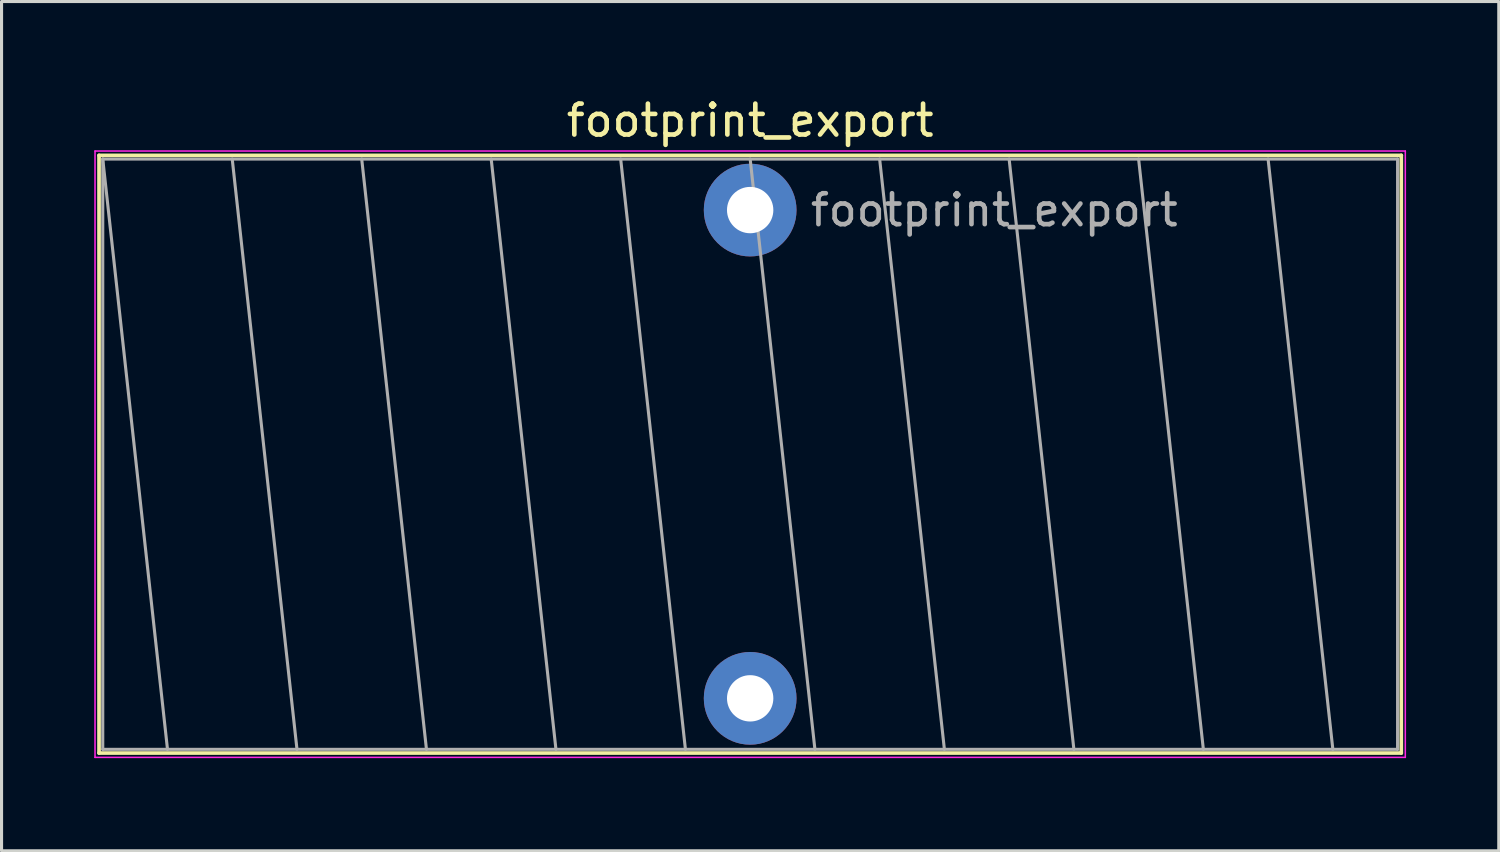
<source format=kicad_pcb>
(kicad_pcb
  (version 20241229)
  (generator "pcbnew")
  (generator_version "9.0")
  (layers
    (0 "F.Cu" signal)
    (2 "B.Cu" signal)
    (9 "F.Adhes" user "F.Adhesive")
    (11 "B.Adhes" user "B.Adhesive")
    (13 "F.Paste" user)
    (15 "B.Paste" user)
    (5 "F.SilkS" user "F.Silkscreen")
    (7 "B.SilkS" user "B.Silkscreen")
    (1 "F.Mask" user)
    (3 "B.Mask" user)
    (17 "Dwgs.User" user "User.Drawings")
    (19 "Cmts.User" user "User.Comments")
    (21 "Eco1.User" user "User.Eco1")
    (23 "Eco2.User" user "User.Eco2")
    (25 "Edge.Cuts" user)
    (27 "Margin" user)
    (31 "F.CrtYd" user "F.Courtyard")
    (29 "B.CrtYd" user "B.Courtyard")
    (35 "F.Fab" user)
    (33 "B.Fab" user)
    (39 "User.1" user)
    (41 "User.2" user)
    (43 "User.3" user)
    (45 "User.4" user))
  (footprint "footprint_export"
    (layer "F.Cu")
    (at 21.225 3.748)
    (property "Reference" "footprint_export" (at 0 -2.9 0) (layer "F.SilkS") (effects (font (size 1 1) (thickness 0.15))))
    (attr through_hole)
    (fp_line (start -21.07 -1.77) (end -21.07 17.57) (stroke (width 0.12) (type solid)) (layer "F.SilkS"))
    (fp_line (start -21.07 -1.77) (end 21.07 -1.77) (stroke (width 0.12) (type solid)) (layer "F.SilkS"))
    (fp_line (start -21.07 17.57) (end 21.07 17.57) (stroke (width 0.12) (type solid)) (layer "F.SilkS"))
    (fp_line (start 21.07 -1.77) (end 21.07 17.57) (stroke (width 0.12) (type solid)) (layer "F.SilkS"))
    (fp_line (start -21.2 -1.91) (end -21.2 17.71) (stroke (width 0.05) (type solid)) (layer "F.CrtYd"))
    (fp_line (start -21.2 17.71) (end 21.2 17.71) (stroke (width 0.05) (type solid)) (layer "F.CrtYd"))
    (fp_line (start 21.2 -1.91) (end -21.2 -1.91) (stroke (width 0.05) (type solid)) (layer "F.CrtYd"))
    (fp_line (start 21.2 17.71) (end 21.2 -1.91) (stroke (width 0.05) (type solid)) (layer "F.CrtYd"))
    (fp_line (start -20.95 -1.65) (end -20.95 17.45) (stroke (width 0.1) (type solid)) (layer "F.Fab"))
    (fp_line (start -20.95 -1.65) (end -18.855 17.45) (stroke (width 0.1) (type solid)) (layer "F.Fab"))
    (fp_line (start -20.95 17.45) (end 20.95 17.45) (stroke (width 0.1) (type solid)) (layer "F.Fab"))
    (fp_line (start -16.76 -1.65) (end -14.665 17.45) (stroke (width 0.1) (type solid)) (layer "F.Fab"))
    (fp_line (start -12.57 -1.65) (end -10.475 17.45) (stroke (width 0.1) (type solid)) (layer "F.Fab"))
    (fp_line (start -8.38 -1.65) (end -6.285 17.45) (stroke (width 0.1) (type solid)) (layer "F.Fab"))
    (fp_line (start -4.19 -1.65) (end -2.095 17.45) (stroke (width 0.1) (type solid)) (layer "F.Fab"))
    (fp_line (start 0 -1.65) (end 2.095 17.45) (stroke (width 0.1) (type solid)) (layer "F.Fab"))
    (fp_line (start 4.19 -1.65) (end 6.285 17.45) (stroke (width 0.1) (type solid)) (layer "F.Fab"))
    (fp_line (start 8.38 -1.65) (end 10.475 17.45) (stroke (width 0.1) (type solid)) (layer "F.Fab"))
    (fp_line (start 12.57 -1.65) (end 14.665 17.45) (stroke (width 0.1) (type solid)) (layer "F.Fab"))
    (fp_line (start 16.76 -1.65) (end 18.855 17.45) (stroke (width 0.1) (type solid)) (layer "F.Fab"))
    (fp_line (start 20.95 -1.65) (end -20.95 -1.65) (stroke (width 0.1) (type solid)) (layer "F.Fab"))
    (fp_line (start 20.95 17.45) (end 20.95 -1.65) (stroke (width 0.1) (type solid)) (layer "F.Fab"))
    (fp_text user "${REFERENCE}" (at 7.9 0 0) (layer "F.Fab") (effects (font (size 1 1) (thickness 0.15))))
    (pad "1" thru_hole circle (at 0 0) (size 3 3) (drill 1.5) (layers "*.Cu" "*.Mask"))
    (pad "2" thru_hole circle (at 0 15.8) (size 3 3) (drill 1.5) (layers "*.Cu" "*.Mask")))
  (gr_rect
    (start -3 -3)
    (end 45.45 24.483)
    (stroke (width 0.1) (type default))
    (fill no)
    (layer "Edge.Cuts")))
</source>
